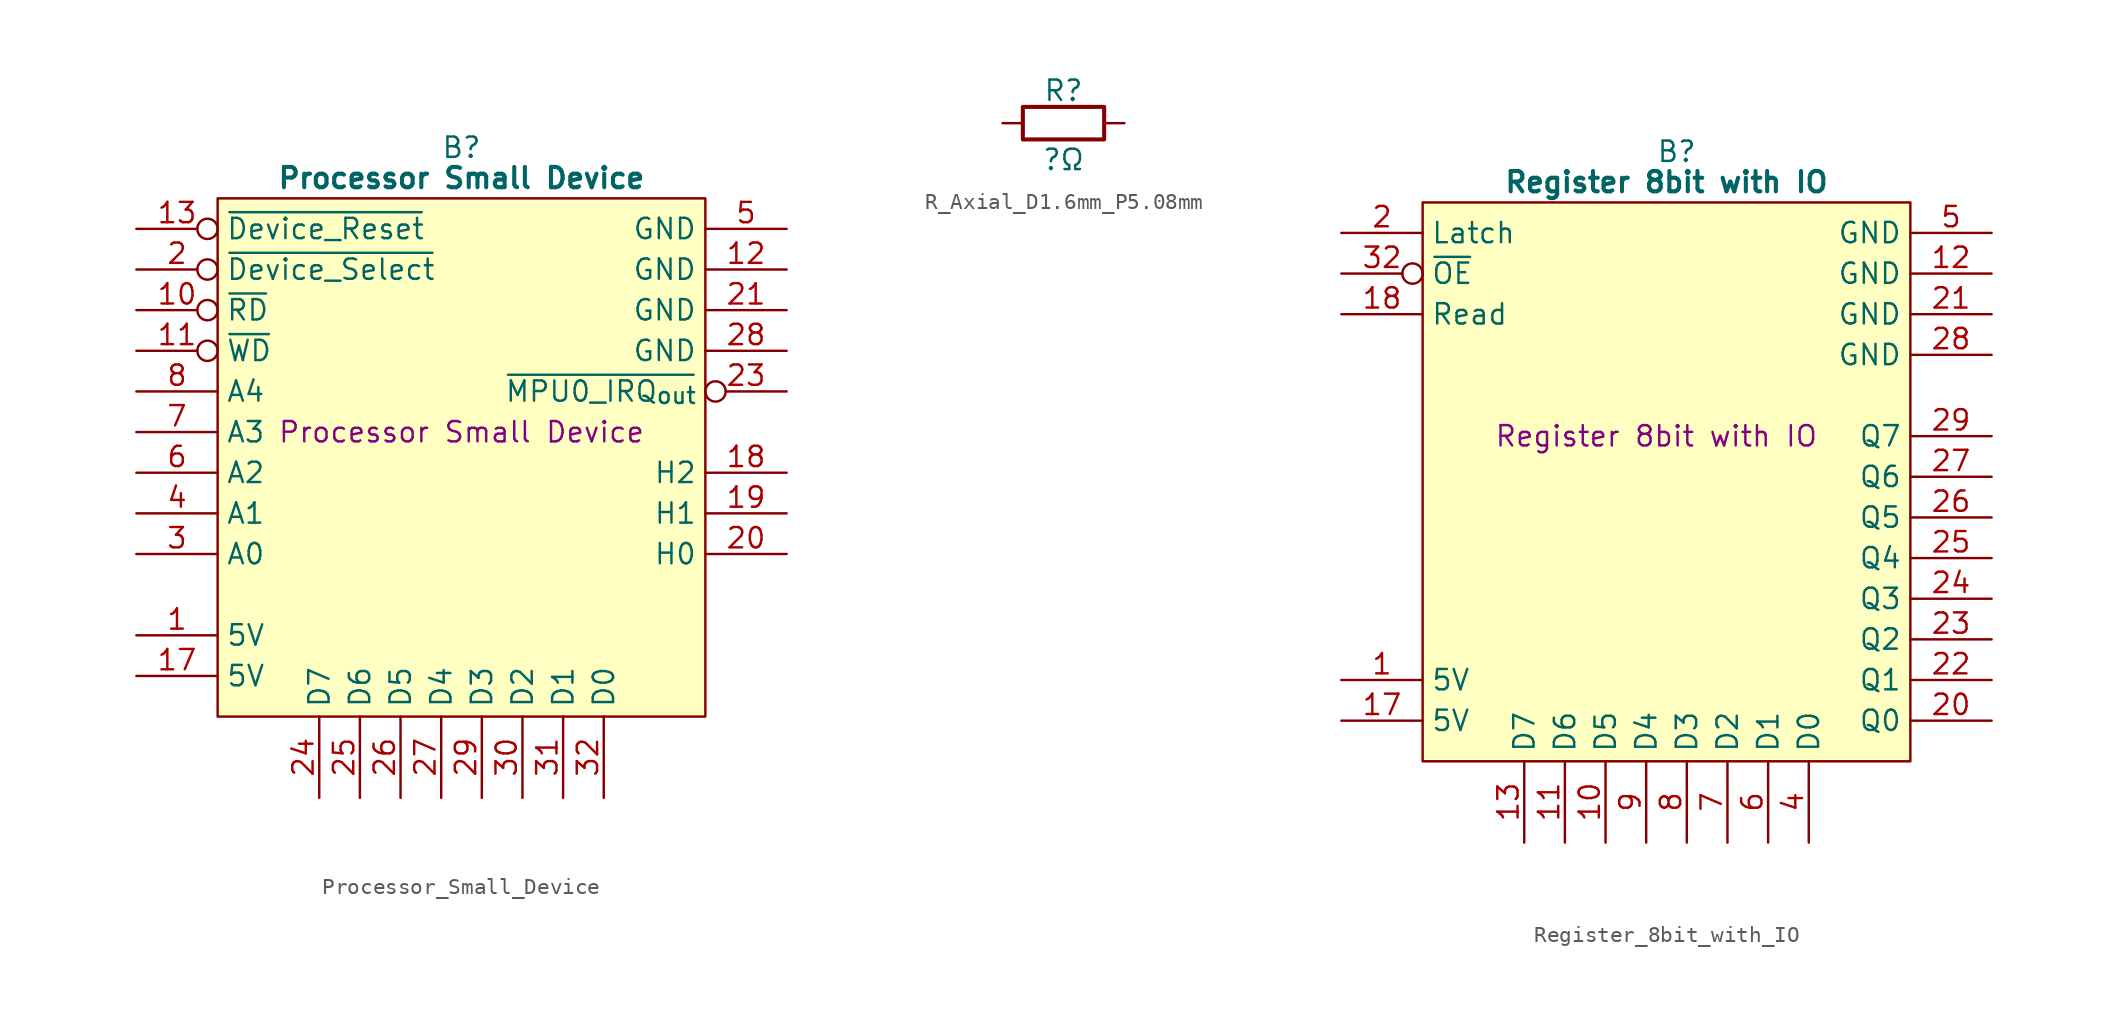
<source format=kicad_sym>
(kicad_symbol_lib
  (version 20241209)
  (generator "kicad_symbol_editor")
  (generator_version "9.0")
  (symbol "Processor_Small_Device"
    (property "Reference" "B"
      (at 15.24 5.08 0)
      (effects (font (size 1.27 1.27))))
    (property "Value" "Processor Small Device"
      (at 15.24 3.175 0)
      (effects (font (size 1.27 1.27) (bold yes))))
    (property "Description" "Processor Small Device"
      (at 15.24 -12.7 0)
      (effects (font (size 1.27 1.27))))
    (symbol "Processor_Small_Device_0_1"
      (polyline (pts (xy 0 1.905) (xy 30.48 1.905) (xy 30.48 -30.48) (xy 0 -30.48) (xy 0 1.905)) (stroke (width 0.152) (type default)) (fill (type background))))
    (symbol "Processor_Small_Device_1_0"
      (pin tri_state line (at 24.13 -35.56 90) (length 5.08) (name "D0" (effects (font (size 1.27 1.27)))) (number "32" (effects (font (size 1.27 1.27))))))
    (symbol "Processor_Small_Device_1_1"
      (pin input inverted (at -5.08 0 0) (length 5.08) (name "~{Device_Reset}" (effects (font (size 1.27 1.27)))) (number "13" (effects (font (size 1.27 1.27)))))
      (pin input inverted (at -5.08 -2.54 0) (length 5.08) (name "~{Device_Select}" (effects (font (size 1.27 1.27)))) (number "2" (effects (font (size 1.27 1.27)))))
      (pin input inverted (at -5.08 -5.08 0) (length 5.08) (name "~{RD}" (effects (font (size 1.27 1.27)))) (number "10" (effects (font (size 1.27 1.27)))))
      (pin input inverted (at -5.08 -7.62 0) (length 5.08) (name "~{WD}" (effects (font (size 1.27 1.27)))) (number "11" (effects (font (size 1.27 1.27)))))
      (pin input line (at -5.08 -10.16 0) (length 5.08) (name "A4" (effects (font (size 1.27 1.27)))) (number "8" (effects (font (size 1.27 1.27)))))
      (pin input line (at -5.08 -12.7 0) (length 5.08) (name "A3" (effects (font (size 1.27 1.27)))) (number "7" (effects (font (size 1.27 1.27)))))
      (pin input line (at -5.08 -15.24 0) (length 5.08) (name "A2" (effects (font (size 1.27 1.27)))) (number "6" (effects (font (size 1.27 1.27)))))
      (pin input line (at -5.08 -17.78 0) (length 5.08) (name "A1" (effects (font (size 1.27 1.27)))) (number "4" (effects (font (size 1.27 1.27)))))
      (pin input line (at -5.08 -20.32 0) (length 5.08) (name "A0" (effects (font (size 1.27 1.27)))) (number "3" (effects (font (size 1.27 1.27)))))
      (pin no_connect line (at -5.08 -22.86 0) (length 5.08) (hide yes) (name "N.C." (effects (font (size 1.27 1.27)))) (number "22" (effects (font (size 1.27 1.27)))))
      (pin passive line (at -5.08 -25.4 0) (length 5.08) (name "5V" (effects (font (size 1.27 1.27)))) (number "1" (effects (font (size 1.27 1.27)))))
      (pin passive line (at -5.08 -27.94 0) (length 5.08) (name "5V" (effects (font (size 1.27 1.27)))) (number "17" (effects (font (size 1.27 1.27)))))
      (pin tri_state line (at 6.35 -35.56 90) (length 5.08) (name "D7" (effects (font (size 1.27 1.27)))) (number "24" (effects (font (size 1.27 1.27)))))
      (pin tri_state line (at 8.89 -35.56 90) (length 5.08) (name "D6" (effects (font (size 1.27 1.27)))) (number "25" (effects (font (size 1.27 1.27)))))
      (pin tri_state line (at 11.43 -35.56 90) (length 5.08) (name "D5" (effects (font (size 1.27 1.27)))) (number "26" (effects (font (size 1.27 1.27)))))
      (pin tri_state line (at 13.97 -35.56 90) (length 5.08) (name "D4" (effects (font (size 1.27 1.27)))) (number "27" (effects (font (size 1.27 1.27)))))
      (pin tri_state line (at 16.51 -35.56 90) (length 5.08) (name "D3" (effects (font (size 1.27 1.27)))) (number "29" (effects (font (size 1.27 1.27)))))
      (pin tri_state line (at 19.05 -35.56 90) (length 5.08) (name "D2" (effects (font (size 1.27 1.27)))) (number "30" (effects (font (size 1.27 1.27)))))
      (pin tri_state line (at 21.59 -35.56 90) (length 5.08) (name "D1" (effects (font (size 1.27 1.27)))) (number "31" (effects (font (size 1.27 1.27)))))
      (pin passive line (at 35.56 0 180) (length 5.08) (name "GND" (effects (font (size 1.27 1.27)))) (number "5" (effects (font (size 1.27 1.27)))))
      (pin passive line (at 35.56 -2.54 180) (length 5.08) (name "GND" (effects (font (size 1.27 1.27)))) (number "12" (effects (font (size 1.27 1.27)))))
      (pin passive line (at 35.56 -5.08 180) (length 5.08) (name "GND" (effects (font (size 1.27 1.27)))) (number "21" (effects (font (size 1.27 1.27)))))
      (pin passive line (at 35.56 -7.62 180) (length 5.08) (name "GND" (effects (font (size 1.27 1.27)))) (number "28" (effects (font (size 1.27 1.27)))))
      (pin output inverted (at 35.56 -10.16 180) (length 5.08) (name "~{MPU0_IRQ_{out}}" (effects (font (size 1.27 1.27)))) (number "23" (effects (font (size 1.27 1.27)))))
      (pin no_connect line (at 35.56 -12.7 180) (length 5.08) (hide yes) (name "N.C." (effects (font (size 1.27 1.27)))) (number "9" (effects (font (size 1.27 1.27)))))
      (pin tri_state line (at 35.56 -15.24 180) (length 5.08) (name "H2" (effects (font (size 1.27 1.27)))) (number "18" (effects (font (size 1.27 1.27)))))
      (pin tri_state line (at 35.56 -17.78 180) (length 5.08) (name "H1" (effects (font (size 1.27 1.27)))) (number "19" (effects (font (size 1.27 1.27)))))
      (pin tri_state line (at 35.56 -20.32 180) (length 5.08) (name "H0" (effects (font (size 1.27 1.27)))) (number "20" (effects (font (size 1.27 1.27)))))
      (pin no_connect line (at 35.56 -22.86 180) (length 5.08) (hide yes) (name "N.C." (effects (font (size 1.27 1.27)))) (number "14" (effects (font (size 1.27 1.27)))))
      (pin no_connect line (at 35.56 -25.4 180) (length 5.08) (hide yes) (name "N.C." (effects (font (size 1.27 1.27)))) (number "15" (effects (font (size 1.27 1.27)))))
      (pin no_connect line (at 35.56 -27.94 180) (length 5.08) (hide yes) (name "N.C." (effects (font (size 1.27 1.27)))) (number "16" (effects (font (size 1.27 1.27)))))))
  (symbol "R_Axial_D1.6mm_P5.08mm"
    (pin_numbers
      (hide yes))
    (pin_names
      (offset 0))
    (property "Reference" "R"
      (at 3.81 2.032 0)
      (effects (font (size 1.27 1.27))))
    (property "Value" "?Ω"
      (at 3.81 -2.286 0)
      (effects (font (size 1.27 1.27))))
    (symbol "R_Axial_D1.6mm_P5.08mm_0_1"
      (rectangle (start 6.35 -1.016) (end 1.27 1.016) (stroke (width 0.254) (type default)) (fill (type none))))
    (symbol "R_Axial_D1.6mm_P5.08mm_1_1"
      (pin passive line (at 0 0 0) (length 1.27) (name "~" (effects (font (size 1.27 1.27)))) (number "1" (effects (font (size 1.27 1.27)))))
      (pin passive line (at 7.62 0 180) (length 1.27) (name "~" (effects (font (size 1.27 1.27)))) (number "2" (effects (font (size 1.27 1.27)))))))
  (symbol "Register_8bit_with_IO"
    (property "Reference" "B"
      (at 15.875 5.08 0)
      (effects (font (size 1.27 1.27))))
    (property "Value" "Register 8bit with IO"
      (at 15.24 3.175 0)
      (effects (font (size 1.27 1.27) (bold yes))))
    (property "Description" "Register 8bit with IO"
      (at 14.605 -12.7 0)
      (effects (font (size 1.27 1.27))))
    (symbol "Register_8bit_with_IO_0_1"
      (polyline (pts (xy 0 1.905) (xy 30.48 1.905) (xy 30.48 -33.02) (xy 0 -33.02) (xy 0 1.905)) (stroke (width 0.152) (type default)) (fill (type background))))
    (symbol "Register_8bit_with_IO_1_0"
      (pin input inverted (at -5.08 -2.54 0) (length 5.08) (name "~{OE}" (effects (font (size 1.27 1.27)))) (number "32" (effects (font (size 1.27 1.27))))))
    (symbol "Register_8bit_with_IO_1_1"
      (pin input line (at -5.08 0 0) (length 5.08) (name "Latch" (effects (font (size 1.27 1.27)))) (number "2" (effects (font (size 1.27 1.27)))))
      (pin input line (at -5.08 -5.08 0) (length 5.08) (name "Read" (effects (font (size 1.27 1.27)))) (number "18" (effects (font (size 1.27 1.27)))))
      (pin no_connect line (at -5.08 -10.16 0) (length 5.08) (hide yes) (name "N.C." (effects (font (size 1.27 1.27)))) (number "3" (effects (font (size 1.27 1.27)))))
      (pin no_connect line (at -5.08 -12.7 0) (length 5.08) (hide yes) (name "N.C." (effects (font (size 1.27 1.27)))) (number "14" (effects (font (size 1.27 1.27)))))
      (pin no_connect line (at -5.08 -15.24 0) (length 5.08) (hide yes) (name "N.C." (effects (font (size 1.27 1.27)))) (number "15" (effects (font (size 1.27 1.27)))))
      (pin no_connect line (at -5.08 -17.78 0) (length 5.08) (hide yes) (name "N.C." (effects (font (size 1.27 1.27)))) (number "16" (effects (font (size 1.27 1.27)))))
      (pin no_connect line (at -5.08 -20.32 0) (length 5.08) (hide yes) (name "N.C." (effects (font (size 1.27 1.27)))) (number "19" (effects (font (size 1.27 1.27)))))
      (pin no_connect line (at -5.08 -22.86 0) (length 5.08) (hide yes) (name "N.C." (effects (font (size 1.27 1.27)))) (number "30" (effects (font (size 1.27 1.27)))))
      (pin no_connect line (at -5.08 -25.4 0) (length 5.08) (hide yes) (name "N.C." (effects (font (size 1.27 1.27)))) (number "31" (effects (font (size 1.27 1.27)))))
      (pin passive line (at -5.08 -27.94 0) (length 5.08) (name "5V" (effects (font (size 1.27 1.27)))) (number "1" (effects (font (size 1.27 1.27)))))
      (pin passive line (at -5.08 -30.48 0) (length 5.08) (name "5V" (effects (font (size 1.27 1.27)))) (number "17" (effects (font (size 1.27 1.27)))))
      (pin tri_state line (at 6.35 -38.1 90) (length 5.08) (name "D7" (effects (font (size 1.27 1.27)))) (number "13" (effects (font (size 1.27 1.27)))))
      (pin tri_state line (at 8.89 -38.1 90) (length 5.08) (name "D6" (effects (font (size 1.27 1.27)))) (number "11" (effects (font (size 1.27 1.27)))))
      (pin tri_state line (at 11.43 -38.1 90) (length 5.08) (name "D5" (effects (font (size 1.27 1.27)))) (number "10" (effects (font (size 1.27 1.27)))))
      (pin tri_state line (at 13.97 -38.1 90) (length 5.08) (name "D4" (effects (font (size 1.27 1.27)))) (number "9" (effects (font (size 1.27 1.27)))))
      (pin tri_state line (at 16.51 -38.1 90) (length 5.08) (name "D3" (effects (font (size 1.27 1.27)))) (number "8" (effects (font (size 1.27 1.27)))))
      (pin tri_state line (at 19.05 -38.1 90) (length 5.08) (name "D2" (effects (font (size 1.27 1.27)))) (number "7" (effects (font (size 1.27 1.27)))))
      (pin tri_state line (at 21.59 -38.1 90) (length 5.08) (name "D1" (effects (font (size 1.27 1.27)))) (number "6" (effects (font (size 1.27 1.27)))))
      (pin tri_state line (at 24.13 -38.1 90) (length 5.08) (name "D0" (effects (font (size 1.27 1.27)))) (number "4" (effects (font (size 1.27 1.27)))))
      (pin passive line (at 35.56 0 180) (length 5.08) (name "GND" (effects (font (size 1.27 1.27)))) (number "5" (effects (font (size 1.27 1.27)))))
      (pin passive line (at 35.56 -2.54 180) (length 5.08) (name "GND" (effects (font (size 1.27 1.27)))) (number "12" (effects (font (size 1.27 1.27)))))
      (pin passive line (at 35.56 -5.08 180) (length 5.08) (name "GND" (effects (font (size 1.27 1.27)))) (number "21" (effects (font (size 1.27 1.27)))))
      (pin passive line (at 35.56 -7.62 180) (length 5.08) (name "GND" (effects (font (size 1.27 1.27)))) (number "28" (effects (font (size 1.27 1.27)))))
      (pin output line (at 35.56 -12.7 180) (length 5.08) (name "Q7" (effects (font (size 1.27 1.27)))) (number "29" (effects (font (size 1.27 1.27)))))
      (pin output line (at 35.56 -15.24 180) (length 5.08) (name "Q6" (effects (font (size 1.27 1.27)))) (number "27" (effects (font (size 1.27 1.27)))))
      (pin output line (at 35.56 -17.78 180) (length 5.08) (name "Q5" (effects (font (size 1.27 1.27)))) (number "26" (effects (font (size 1.27 1.27)))))
      (pin output line (at 35.56 -20.32 180) (length 5.08) (name "Q4" (effects (font (size 1.27 1.27)))) (number "25" (effects (font (size 1.27 1.27)))))
      (pin output line (at 35.56 -22.86 180) (length 5.08) (name "Q3" (effects (font (size 1.27 1.27)))) (number "24" (effects (font (size 1.27 1.27)))))
      (pin output line (at 35.56 -25.4 180) (length 5.08) (name "Q2" (effects (font (size 1.27 1.27)))) (number "23" (effects (font (size 1.27 1.27)))))
      (pin output line (at 35.56 -27.94 180) (length 5.08) (name "Q1" (effects (font (size 1.27 1.27)))) (number "22" (effects (font (size 1.27 1.27)))))
      (pin output line (at 35.56 -30.48 180) (length 5.08) (name "Q0" (effects (font (size 1.27 1.27)))) (number "20" (effects (font (size 1.27 1.27))))))))
</source>
